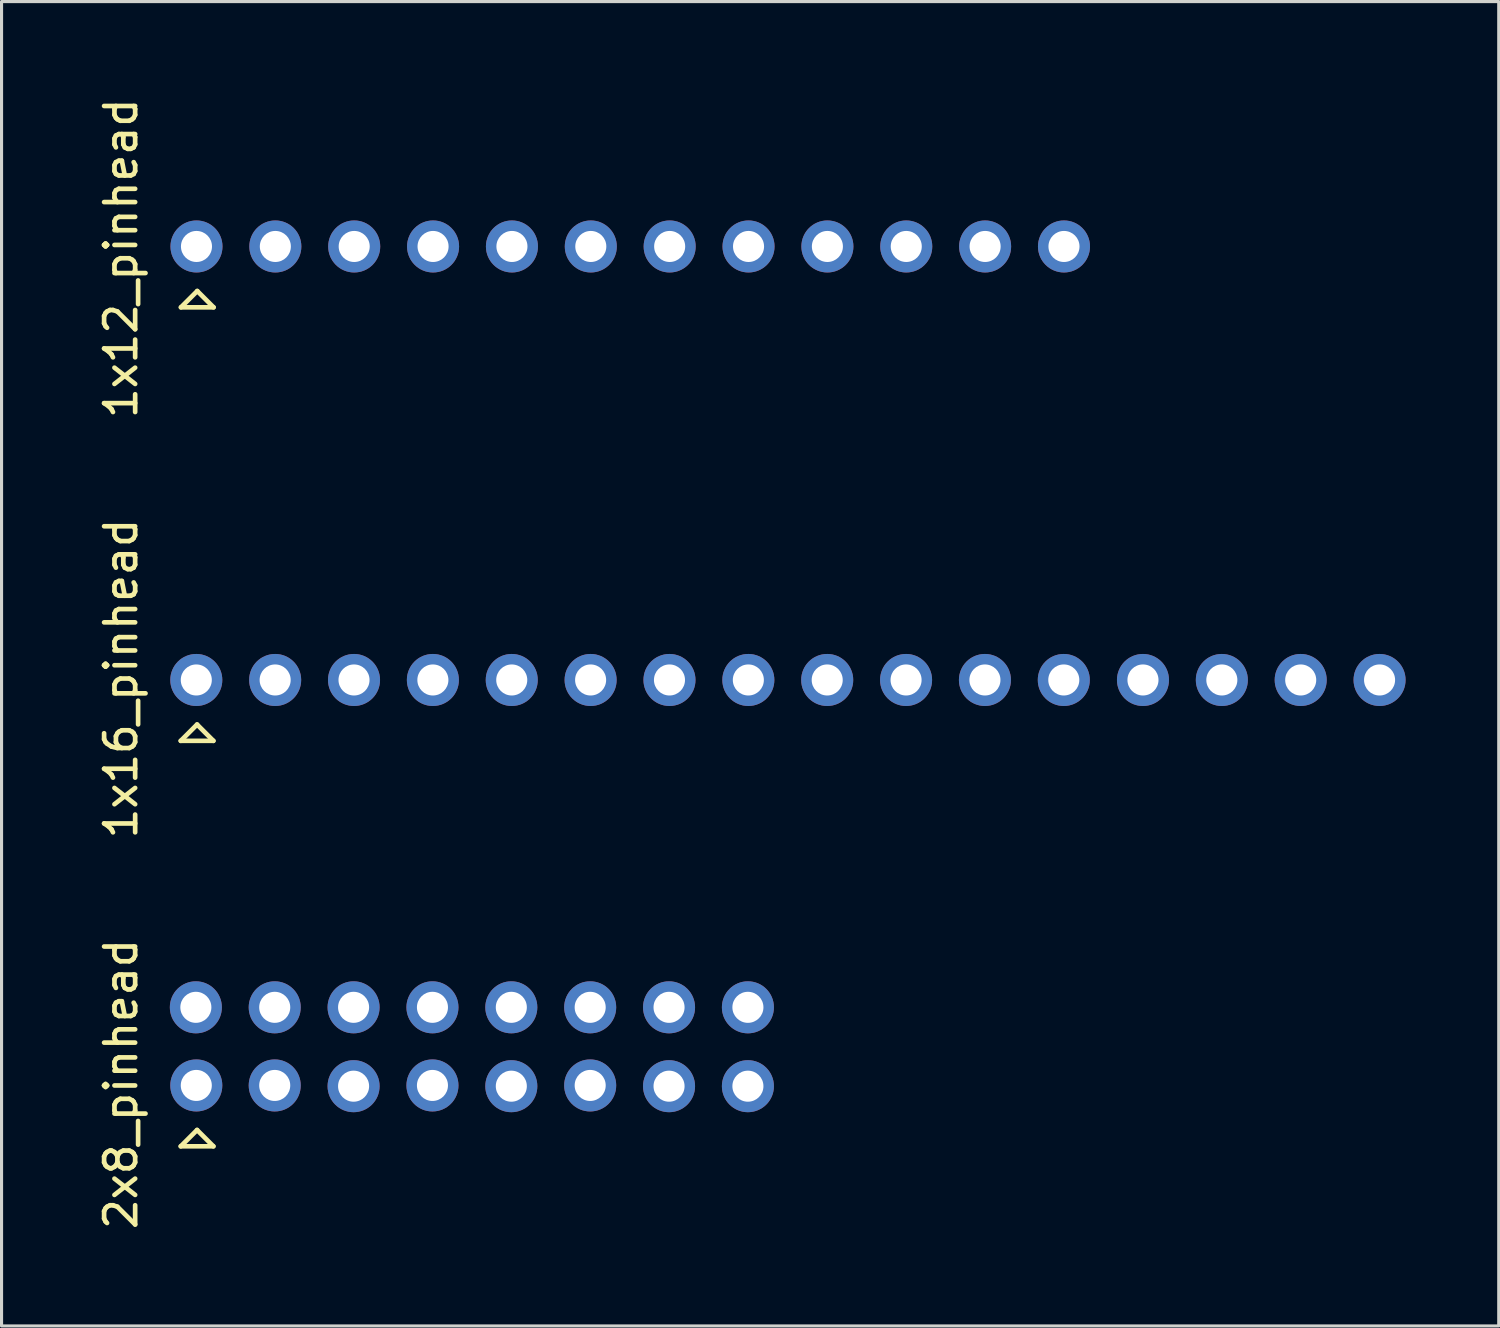
<source format=kicad_pcb>
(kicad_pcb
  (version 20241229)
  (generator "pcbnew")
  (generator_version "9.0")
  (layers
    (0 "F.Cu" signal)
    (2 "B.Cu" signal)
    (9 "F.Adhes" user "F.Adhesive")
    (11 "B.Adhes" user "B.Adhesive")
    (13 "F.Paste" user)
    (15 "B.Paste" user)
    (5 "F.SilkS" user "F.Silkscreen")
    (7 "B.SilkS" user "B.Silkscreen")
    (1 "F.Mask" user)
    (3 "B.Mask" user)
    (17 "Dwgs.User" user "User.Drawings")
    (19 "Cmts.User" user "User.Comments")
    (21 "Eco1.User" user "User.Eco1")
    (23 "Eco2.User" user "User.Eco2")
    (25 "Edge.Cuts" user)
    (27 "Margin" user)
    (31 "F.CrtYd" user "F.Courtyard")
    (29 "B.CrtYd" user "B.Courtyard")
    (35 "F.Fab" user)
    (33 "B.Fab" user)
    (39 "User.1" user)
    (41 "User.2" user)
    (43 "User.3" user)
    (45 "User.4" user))
  (footprint "2x8_pinhead"
    (layer "F.Cu")
    (at 3.258 31.933)
    (property "Reference" "2x8_pinhead" (at -2.41 -0.07 90) (layer "F.SilkS") (effects (font (size 1 1) (thickness 0.15))))
    (attr through_hole)
    (fp_line (start -0.486 1.936) (end 0.564 1.936) (stroke (width 0.15) (type solid)) (layer "F.SilkS"))
    (fp_line (start 0.039 1.411) (end -0.486 1.936) (stroke (width 0.15) (type solid)) (layer "F.SilkS"))
    (fp_line (start 0.564 1.936) (end 0.039 1.411) (stroke (width 0.15) (type solid)) (layer "F.SilkS"))
    (fp_poly (pts (xy -0.24 -2.31) (xy 0.268 -2.31) (xy 0.268 -2.818) (xy -0.24 -2.818)) (stroke (width 0.1) (type solid)) (fill no) (layer "F.Fab"))
    (fp_poly (pts (xy -0.24 0.23) (xy 0.268 0.23) (xy 0.268 -0.278) (xy -0.24 -0.278)) (stroke (width 0.1) (type solid)) (fill no) (layer "F.Fab"))
    (fp_poly (pts (xy 2.3 -2.31) (xy 2.808 -2.31) (xy 2.808 -2.818) (xy 2.3 -2.818)) (stroke (width 0.1) (type solid)) (fill no) (layer "F.Fab"))
    (fp_poly (pts (xy 2.3 0.23) (xy 2.808 0.23) (xy 2.808 -0.278) (xy 2.3 -0.278)) (stroke (width 0.1) (type solid)) (fill no) (layer "F.Fab"))
    (fp_poly (pts (xy 4.84 -2.31) (xy 5.348 -2.31) (xy 5.348 -2.818) (xy 4.84 -2.818)) (stroke (width 0.1) (type solid)) (fill no) (layer "F.Fab"))
    (fp_poly (pts (xy 4.84 0.23) (xy 5.348 0.23) (xy 5.348 -0.278) (xy 4.84 -0.278)) (stroke (width 0.1) (type solid)) (fill no) (layer "F.Fab"))
    (fp_poly (pts (xy 7.38 -2.31) (xy 7.888 -2.31) (xy 7.888 -2.818) (xy 7.38 -2.818)) (stroke (width 0.1) (type solid)) (fill no) (layer "F.Fab"))
    (fp_poly (pts (xy 7.38 0.23) (xy 7.888 0.23) (xy 7.888 -0.278) (xy 7.38 -0.278)) (stroke (width 0.1) (type solid)) (fill no) (layer "F.Fab"))
    (fp_poly (pts (xy 9.92 0.23) (xy 10.428 0.23) (xy 10.428 -0.278) (xy 9.92 -0.278)) (stroke (width 0.1) (type solid)) (fill no) (layer "F.Fab"))
    (fp_poly (pts (xy 9.93 -2.31) (xy 10.438 -2.31) (xy 10.438 -2.818) (xy 9.93 -2.818)) (stroke (width 0.1) (type solid)) (fill no) (layer "F.Fab"))
    (fp_poly (pts (xy 12.46 0.23) (xy 12.968 0.23) (xy 12.968 -0.278) (xy 12.46 -0.278)) (stroke (width 0.1) (type solid)) (fill no) (layer "F.Fab"))
    (fp_poly (pts (xy 12.47 -2.31) (xy 12.978 -2.31) (xy 12.978 -2.818) (xy 12.47 -2.818)) (stroke (width 0.1) (type solid)) (fill no) (layer "F.Fab"))
    (fp_poly (pts (xy 15 0.23) (xy 15.508 0.23) (xy 15.508 -0.278) (xy 15 -0.278)) (stroke (width 0.1) (type solid)) (fill no) (layer "F.Fab"))
    (fp_poly (pts (xy 15.01 -2.31) (xy 15.518 -2.31) (xy 15.518 -2.818) (xy 15.01 -2.818)) (stroke (width 0.1) (type solid)) (fill no) (layer "F.Fab"))
    (fp_poly (pts (xy 17.54 0.23) (xy 18.048 0.23) (xy 18.048 -0.278) (xy 17.54 -0.278)) (stroke (width 0.1) (type solid)) (fill no) (layer "F.Fab"))
    (fp_poly (pts (xy 17.55 -2.31) (xy 18.058 -2.31) (xy 18.058 -2.818) (xy 17.55 -2.818)) (stroke (width 0.1) (type solid)) (fill no) (layer "F.Fab"))
    (pad "1" thru_hole circle (at 0.014 -0.024 90) (size 1.676 1.676) (drill 1) (layers "*.Cu" "*.Mask"))
    (pad "2" thru_hole circle (at 0 -2.54 90) (size 1.676 1.676) (drill 1) (layers "*.Cu" "*.Mask"))
    (pad "3" thru_hole circle (at 2.54 -0.024 90) (size 1.676 1.676) (drill 1) (layers "*.Cu" "*.Mask"))
    (pad "4" thru_hole circle (at 2.54 -2.54 90) (size 1.676 1.676) (drill 1) (layers "*.Cu" "*.Mask"))
    (pad "5" thru_hole circle (at 5.08 0 90) (size 1.676 1.676) (drill 1) (layers "*.Cu" "*.Mask"))
    (pad "6" thru_hole circle (at 5.08 -2.54 90) (size 1.676 1.676) (drill 1) (layers "*.Cu" "*.Mask"))
    (pad "7" thru_hole circle (at 7.62 -0.024 90) (size 1.676 1.676) (drill 1) (layers "*.Cu" "*.Mask"))
    (pad "8" thru_hole circle (at 7.62 -2.54 90) (size 1.676 1.676) (drill 1) (layers "*.Cu" "*.Mask"))
    (pad "9" thru_hole circle (at 10.16 0 90) (size 1.676 1.676) (drill 1) (layers "*.Cu" "*.Mask"))
    (pad "10" thru_hole circle (at 10.16 -2.54 90) (size 1.676 1.676) (drill 1) (layers "*.Cu" "*.Mask"))
    (pad "11" thru_hole circle (at 12.7 -0.024 90) (size 1.676 1.676) (drill 1) (layers "*.Cu" "*.Mask"))
    (pad "12" thru_hole circle (at 12.7 -2.54 90) (size 1.676 1.676) (drill 1) (layers "*.Cu" "*.Mask"))
    (pad "13" thru_hole circle (at 15.24 0 90) (size 1.676 1.676) (drill 1) (layers "*.Cu" "*.Mask"))
    (pad "14" thru_hole circle (at 15.24 -2.54 90) (size 1.676 1.676) (drill 1) (layers "*.Cu" "*.Mask"))
    (pad "15" thru_hole circle (at 17.78 0 90) (size 1.676 1.676) (drill 1) (layers "*.Cu" "*.Mask"))
    (pad "16" thru_hole circle (at 17.78 -2.54 90) (size 1.676 1.676) (drill 1) (layers "*.Cu" "*.Mask")))
  (footprint "1x12_pinhead"
    (layer "F.Cu")
    (at 3.188 2.268)
    (property "Reference" "1x12_pinhead" (at -2.34 3 90) (layer "F.SilkS") (effects (font (size 1 1) (thickness 0.15))))
    (attr through_hole)
    (fp_line (start -0.41 4.58) (end 0.64 4.58) (stroke (width 0.15) (type solid)) (layer "F.SilkS"))
    (fp_line (start 0.115 4.055) (end -0.41 4.58) (stroke (width 0.15) (type solid)) (layer "F.SilkS"))
    (fp_line (start 0.64 4.58) (end 0.115 4.055) (stroke (width 0.15) (type solid)) (layer "F.SilkS"))
    (fp_poly (pts (xy -0.164 2.874) (xy 0.344 2.874) (xy 0.344 2.366) (xy -0.164 2.366)) (stroke (width 0.1) (type solid)) (fill no) (layer "F.Fab"))
    (fp_poly (pts (xy 2.376 2.874) (xy 2.884 2.874) (xy 2.884 2.366) (xy 2.376 2.366)) (stroke (width 0.1) (type solid)) (fill no) (layer "F.Fab"))
    (fp_poly (pts (xy 4.916 2.874) (xy 5.424 2.874) (xy 5.424 2.366) (xy 4.916 2.366)) (stroke (width 0.1) (type solid)) (fill no) (layer "F.Fab"))
    (fp_poly (pts (xy 7.456 2.874) (xy 7.964 2.874) (xy 7.964 2.366) (xy 7.456 2.366)) (stroke (width 0.1) (type solid)) (fill no) (layer "F.Fab"))
    (fp_poly (pts (xy 9.996 2.874) (xy 10.504 2.874) (xy 10.504 2.366) (xy 9.996 2.366)) (stroke (width 0.1) (type solid)) (fill no) (layer "F.Fab"))
    (fp_poly (pts (xy 12.536 2.874) (xy 13.044 2.874) (xy 13.044 2.366) (xy 12.536 2.366)) (stroke (width 0.1) (type solid)) (fill no) (layer "F.Fab"))
    (fp_poly (pts (xy 15.076 2.874) (xy 15.584 2.874) (xy 15.584 2.366) (xy 15.076 2.366)) (stroke (width 0.1) (type solid)) (fill no) (layer "F.Fab"))
    (fp_poly (pts (xy 17.616 2.874) (xy 18.124 2.874) (xy 18.124 2.366) (xy 17.616 2.366)) (stroke (width 0.1) (type solid)) (fill no) (layer "F.Fab"))
    (fp_poly (pts (xy 20.156 2.874) (xy 20.664 2.874) (xy 20.664 2.366) (xy 20.156 2.366)) (stroke (width 0.1) (type solid)) (fill no) (layer "F.Fab"))
    (fp_poly (pts (xy 22.696 2.874) (xy 23.204 2.874) (xy 23.204 2.366) (xy 22.696 2.366)) (stroke (width 0.1) (type solid)) (fill no) (layer "F.Fab"))
    (fp_poly (pts (xy 25.236 2.874) (xy 25.744 2.874) (xy 25.744 2.366) (xy 25.236 2.366)) (stroke (width 0.1) (type solid)) (fill no) (layer "F.Fab"))
    (fp_poly (pts (xy 27.776 2.874) (xy 28.284 2.874) (xy 28.284 2.366) (xy 27.776 2.366)) (stroke (width 0.1) (type solid)) (fill no) (layer "F.Fab"))
    (pad "1" thru_hole circle (at 0.09 2.62 90) (size 1.676 1.676) (drill 1) (layers "*.Cu" "*.Mask"))
    (pad "2" thru_hole circle (at 2.63 2.62 90) (size 1.676 1.676) (drill 1) (layers "*.Cu" "*.Mask"))
    (pad "3" thru_hole circle (at 5.17 2.62 90) (size 1.676 1.676) (drill 1) (layers "*.Cu" "*.Mask"))
    (pad "4" thru_hole circle (at 7.71 2.62 90) (size 1.676 1.676) (drill 1) (layers "*.Cu" "*.Mask"))
    (pad "5" thru_hole circle (at 10.25 2.62 90) (size 1.676 1.676) (drill 1) (layers "*.Cu" "*.Mask"))
    (pad "6" thru_hole circle (at 12.79 2.62 90) (size 1.676 1.676) (drill 1) (layers "*.Cu" "*.Mask"))
    (pad "7" thru_hole circle (at 15.33 2.62 90) (size 1.676 1.676) (drill 1) (layers "*.Cu" "*.Mask"))
    (pad "8" thru_hole circle (at 17.87 2.62 90) (size 1.676 1.676) (drill 1) (layers "*.Cu" "*.Mask"))
    (pad "9" thru_hole circle (at 20.41 2.62 90) (size 1.676 1.676) (drill 1) (layers "*.Cu" "*.Mask"))
    (pad "10" thru_hole circle (at 22.95 2.62 90) (size 1.676 1.676) (drill 1) (layers "*.Cu" "*.Mask"))
    (pad "11" thru_hole circle (at 25.49 2.62 90) (size 1.676 1.676) (drill 1) (layers "*.Cu" "*.Mask"))
    (pad "12" thru_hole circle (at 28.03 2.62 90) (size 1.676 1.676) (drill 1) (layers "*.Cu" "*.Mask")))
  (footprint "1x16_pinhead"
    (layer "F.Cu")
    (at 3.258 18.874)
    (property "Reference" "1x16_pinhead" (at -2.41 -0.07 90) (layer "F.SilkS") (effects (font (size 1 1) (thickness 0.15))))
    (attr through_hole)
    (fp_line (start -0.486 1.936) (end 0.564 1.936) (stroke (width 0.15) (type solid)) (layer "F.SilkS"))
    (fp_line (start 0.039 1.411) (end -0.486 1.936) (stroke (width 0.15) (type solid)) (layer "F.SilkS"))
    (fp_line (start 0.564 1.936) (end 0.039 1.411) (stroke (width 0.15) (type solid)) (layer "F.SilkS"))
    (fp_poly (pts (xy -0.24 0.23) (xy 0.268 0.23) (xy 0.268 -0.278) (xy -0.24 -0.278)) (stroke (width 0.1) (type solid)) (fill no) (layer "F.Fab"))
    (fp_poly (pts (xy 2.3 0.23) (xy 2.808 0.23) (xy 2.808 -0.278) (xy 2.3 -0.278)) (stroke (width 0.1) (type solid)) (fill no) (layer "F.Fab"))
    (fp_poly (pts (xy 4.84 0.23) (xy 5.348 0.23) (xy 5.348 -0.278) (xy 4.84 -0.278)) (stroke (width 0.1) (type solid)) (fill no) (layer "F.Fab"))
    (fp_poly (pts (xy 7.38 0.23) (xy 7.888 0.23) (xy 7.888 -0.278) (xy 7.38 -0.278)) (stroke (width 0.1) (type solid)) (fill no) (layer "F.Fab"))
    (fp_poly (pts (xy 9.92 0.23) (xy 10.428 0.23) (xy 10.428 -0.278) (xy 9.92 -0.278)) (stroke (width 0.1) (type solid)) (fill no) (layer "F.Fab"))
    (fp_poly (pts (xy 12.46 0.23) (xy 12.968 0.23) (xy 12.968 -0.278) (xy 12.46 -0.278)) (stroke (width 0.1) (type solid)) (fill no) (layer "F.Fab"))
    (fp_poly (pts (xy 15 0.23) (xy 15.508 0.23) (xy 15.508 -0.278) (xy 15 -0.278)) (stroke (width 0.1) (type solid)) (fill no) (layer "F.Fab"))
    (fp_poly (pts (xy 17.54 0.23) (xy 18.048 0.23) (xy 18.048 -0.278) (xy 17.54 -0.278)) (stroke (width 0.1) (type solid)) (fill no) (layer "F.Fab"))
    (fp_poly (pts (xy 20.08 0.23) (xy 20.588 0.23) (xy 20.588 -0.278) (xy 20.08 -0.278)) (stroke (width 0.1) (type solid)) (fill no) (layer "F.Fab"))
    (fp_poly (pts (xy 22.62 0.23) (xy 23.128 0.23) (xy 23.128 -0.278) (xy 22.62 -0.278)) (stroke (width 0.1) (type solid)) (fill no) (layer "F.Fab"))
    (fp_poly (pts (xy 25.16 0.23) (xy 25.668 0.23) (xy 25.668 -0.278) (xy 25.16 -0.278)) (stroke (width 0.1) (type solid)) (fill no) (layer "F.Fab"))
    (fp_poly (pts (xy 27.7 0.23) (xy 28.208 0.23) (xy 28.208 -0.278) (xy 27.7 -0.278)) (stroke (width 0.1) (type solid)) (fill no) (layer "F.Fab"))
    (fp_poly (pts (xy 30.25 0.23) (xy 30.758 0.23) (xy 30.758 -0.278) (xy 30.25 -0.278)) (stroke (width 0.1) (type solid)) (fill no) (layer "F.Fab"))
    (fp_poly (pts (xy 32.79 0.23) (xy 33.298 0.23) (xy 33.298 -0.278) (xy 32.79 -0.278)) (stroke (width 0.1) (type solid)) (fill no) (layer "F.Fab"))
    (fp_poly (pts (xy 35.33 0.23) (xy 35.838 0.23) (xy 35.838 -0.278) (xy 35.33 -0.278)) (stroke (width 0.1) (type solid)) (fill no) (layer "F.Fab"))
    (fp_poly (pts (xy 37.87 0.23) (xy 38.378 0.23) (xy 38.378 -0.278) (xy 37.87 -0.278)) (stroke (width 0.1) (type solid)) (fill no) (layer "F.Fab"))
    (pad "1" thru_hole circle (at 0.014 -0.024 90) (size 1.676 1.676) (drill 1) (layers "*.Cu" "*.Mask"))
    (pad "2" thru_hole circle (at 2.554 -0.024 90) (size 1.676 1.676) (drill 1) (layers "*.Cu" "*.Mask"))
    (pad "3" thru_hole circle (at 5.094 -0.024 90) (size 1.676 1.676) (drill 1) (layers "*.Cu" "*.Mask"))
    (pad "4" thru_hole circle (at 7.634 -0.024 90) (size 1.676 1.676) (drill 1) (layers "*.Cu" "*.Mask"))
    (pad "5" thru_hole circle (at 10.174 -0.024 90) (size 1.676 1.676) (drill 1) (layers "*.Cu" "*.Mask"))
    (pad "6" thru_hole circle (at 12.714 -0.024 90) (size 1.676 1.676) (drill 1) (layers "*.Cu" "*.Mask"))
    (pad "7" thru_hole circle (at 15.254 -0.024 90) (size 1.676 1.676) (drill 1) (layers "*.Cu" "*.Mask"))
    (pad "8" thru_hole circle (at 17.794 -0.024 90) (size 1.676 1.676) (drill 1) (layers "*.Cu" "*.Mask"))
    (pad "9" thru_hole circle (at 20.334 -0.024 90) (size 1.676 1.676) (drill 1) (layers "*.Cu" "*.Mask"))
    (pad "10" thru_hole circle (at 22.874 -0.024 90) (size 1.676 1.676) (drill 1) (layers "*.Cu" "*.Mask"))
    (pad "11" thru_hole circle (at 25.414 -0.024 90) (size 1.676 1.676) (drill 1) (layers "*.Cu" "*.Mask"))
    (pad "12" thru_hole circle (at 27.954 -0.024 90) (size 1.676 1.676) (drill 1) (layers "*.Cu" "*.Mask"))
    (pad "13" thru_hole circle (at 30.504 -0.024 90) (size 1.676 1.676) (drill 1) (layers "*.Cu" "*.Mask"))
    (pad "14" thru_hole circle (at 33.044 -0.024 90) (size 1.676 1.676) (drill 1) (layers "*.Cu" "*.Mask"))
    (pad "15" thru_hole circle (at 35.584 -0.024 90) (size 1.676 1.676) (drill 1) (layers "*.Cu" "*.Mask"))
    (pad "16" thru_hole circle (at 38.124 -0.024 90) (size 1.676 1.676) (drill 1) (layers "*.Cu" "*.Mask")))
  (gr_rect
    (start -3 -3)
    (end 45.22 39.655)
    (stroke (width 0.1) (type default))
    (fill no)
    (layer "Edge.Cuts")))
</source>
